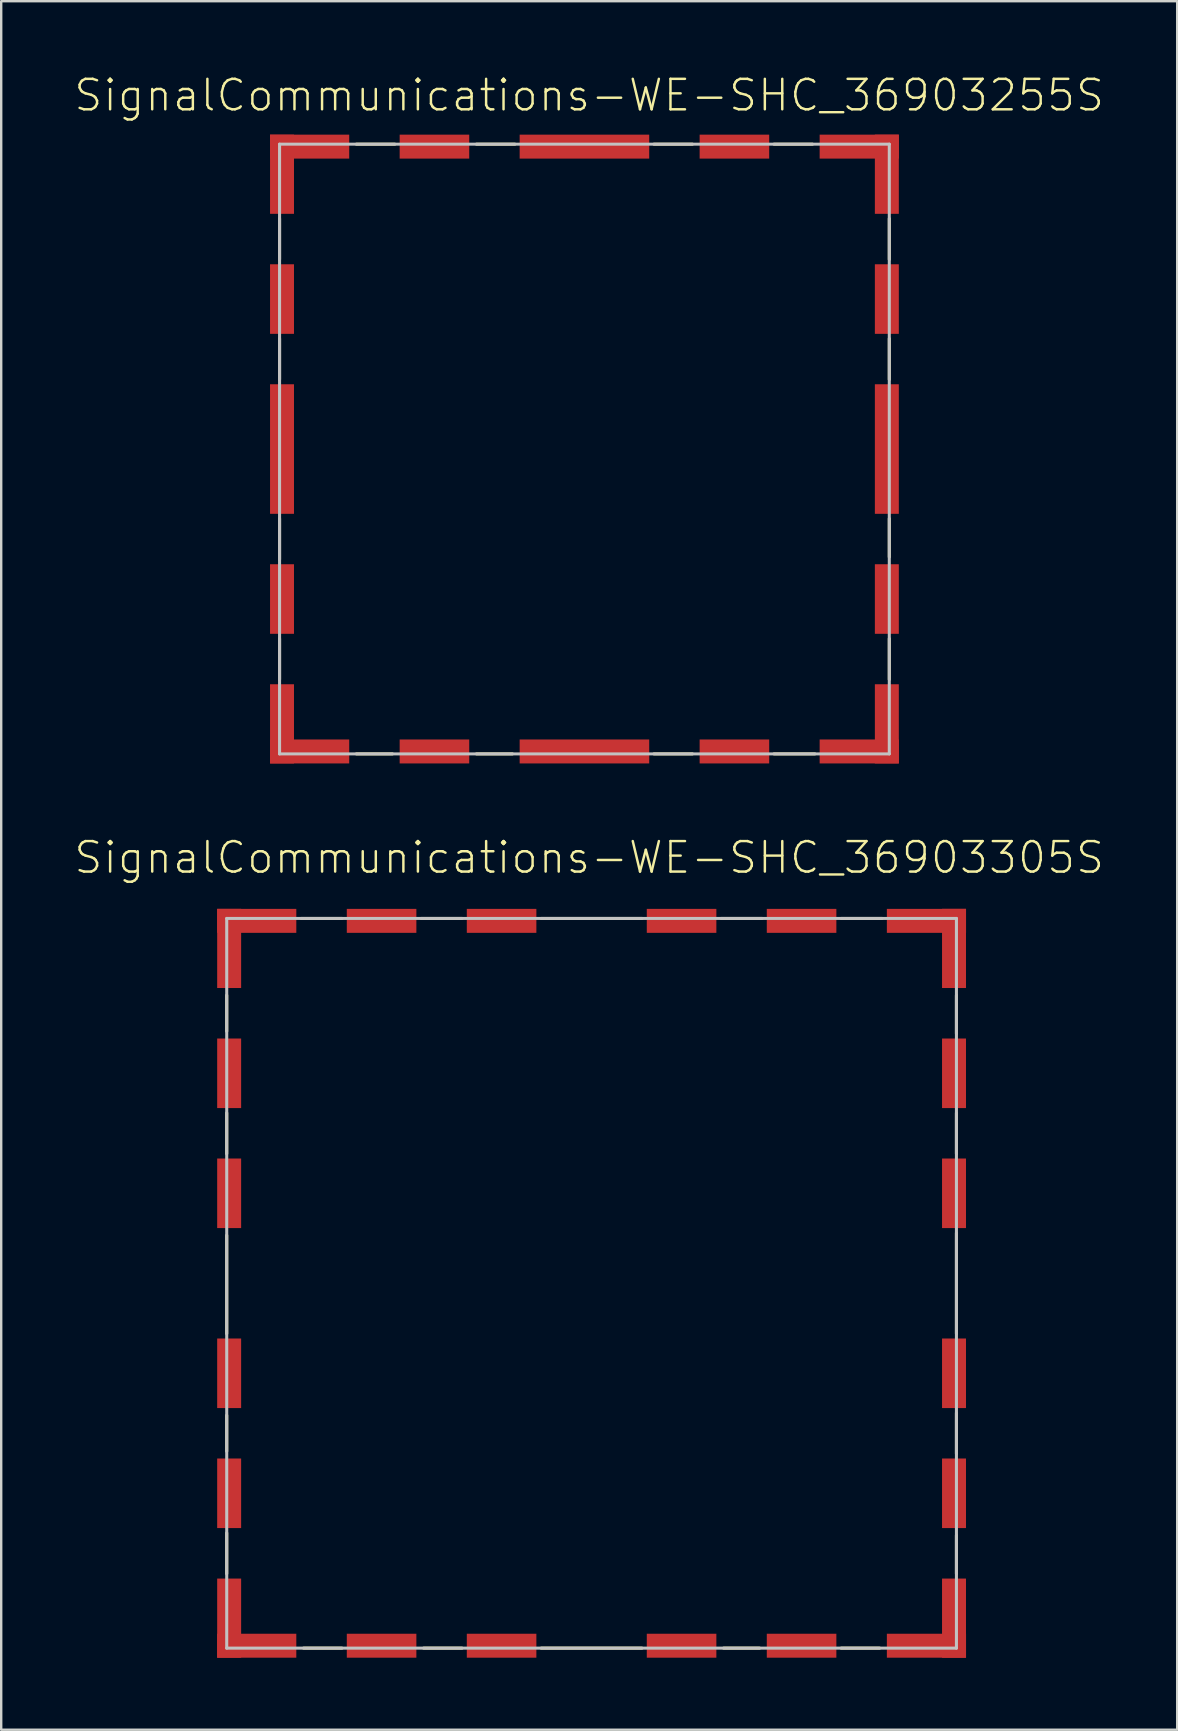
<source format=kicad_pcb>
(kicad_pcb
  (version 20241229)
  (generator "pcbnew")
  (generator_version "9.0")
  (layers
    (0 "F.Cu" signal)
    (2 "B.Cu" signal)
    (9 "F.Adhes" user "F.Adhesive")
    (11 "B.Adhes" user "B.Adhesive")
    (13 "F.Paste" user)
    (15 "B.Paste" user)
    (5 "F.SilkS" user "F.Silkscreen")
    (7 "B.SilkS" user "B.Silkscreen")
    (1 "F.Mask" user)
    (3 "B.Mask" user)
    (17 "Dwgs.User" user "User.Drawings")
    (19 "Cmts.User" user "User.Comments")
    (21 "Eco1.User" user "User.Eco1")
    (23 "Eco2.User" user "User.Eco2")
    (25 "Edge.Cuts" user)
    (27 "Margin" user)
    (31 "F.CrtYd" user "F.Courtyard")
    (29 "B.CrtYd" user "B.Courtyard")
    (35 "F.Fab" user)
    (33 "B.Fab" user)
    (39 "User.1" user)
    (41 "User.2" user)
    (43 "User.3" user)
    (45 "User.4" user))
  (footprint "SignalCommunications-WE-SHC_36903305S"
    (layer "F.Cu")
    (at 21.594 50.409)
    (property "Reference" "SignalCommunications-WE-SHC_36903305S" (at -0.099 -17.734 0) (layer "F.SilkS") (effects (font (size 1.27 1.27) (thickness 0.102))))
    (attr smd)
    (fp_line (start -15.199 -11.999) (end -15.199 -10.498) (stroke (width 0.127) (type solid)) (layer "F.SilkS"))
    (fp_line (start -15.199 -7.099) (end -15.199 -5.397) (stroke (width 0.127) (type solid)) (layer "F.SilkS"))
    (fp_line (start -15.199 -1.999) (end -15.199 2.098) (stroke (width 0.127) (type solid)) (layer "F.SilkS"))
    (fp_line (start -15.199 5.499) (end -15.199 6.998) (stroke (width 0.127) (type solid)) (layer "F.SilkS"))
    (fp_line (start -15.199 10.399) (end -15.199 12.098) (stroke (width 0.127) (type solid)) (layer "F.SilkS"))
    (fp_line (start -12.098 -15.199) (end -10.399 -15.199) (stroke (width 0.127) (type solid)) (layer "F.SilkS"))
    (fp_line (start -11.999 15.199) (end -10.399 15.199) (stroke (width 0.127) (type solid)) (layer "F.SilkS"))
    (fp_line (start -7.099 -15.199) (end -5.397 -15.199) (stroke (width 0.127) (type solid)) (layer "F.SilkS"))
    (fp_line (start -6.998 15.199) (end -5.397 15.199) (stroke (width 0.127) (type solid)) (layer "F.SilkS"))
    (fp_line (start -2.098 -15.199) (end 2.098 -15.199) (stroke (width 0.127) (type solid)) (layer "F.SilkS"))
    (fp_line (start -2.098 15.199) (end 2.098 15.199) (stroke (width 0.127) (type solid)) (layer "F.SilkS"))
    (fp_line (start 5.397 -15.199) (end 7.099 -15.199) (stroke (width 0.127) (type solid)) (layer "F.SilkS"))
    (fp_line (start 5.499 15.199) (end 6.998 15.199) (stroke (width 0.127) (type solid)) (layer "F.SilkS"))
    (fp_line (start 10.399 -15.199) (end 12.098 -15.199) (stroke (width 0.127) (type solid)) (layer "F.SilkS"))
    (fp_line (start 10.399 15.199) (end 11.999 15.199) (stroke (width 0.127) (type solid)) (layer "F.SilkS"))
    (fp_line (start 15.199 -10.399) (end 15.199 -11.999) (stroke (width 0.127) (type solid)) (layer "F.SilkS"))
    (fp_line (start 15.199 -5.397) (end 15.199 -7.099) (stroke (width 0.127) (type solid)) (layer "F.SilkS"))
    (fp_line (start 15.199 2.098) (end 15.199 -2.098) (stroke (width 0.127) (type solid)) (layer "F.SilkS"))
    (fp_line (start 15.199 7.099) (end 15.199 5.397) (stroke (width 0.127) (type solid)) (layer "F.SilkS"))
    (fp_line (start 15.199 12.098) (end 15.199 10.498) (stroke (width 0.127) (type solid)) (layer "F.SilkS"))
    (fp_line (start -15.199 -15.199) (end 15.199 -15.199) (stroke (width 0.127) (type solid)) (layer "Dwgs.User"))
    (fp_line (start -15.199 15.199) (end -15.199 -15.199) (stroke (width 0.127) (type solid)) (layer "Dwgs.User"))
    (fp_line (start 15.199 -15.199) (end 15.199 15.199) (stroke (width 0.127) (type solid)) (layer "Dwgs.User"))
    (fp_line (start 15.199 15.199) (end -15.199 15.199) (stroke (width 0.127) (type solid)) (layer "Dwgs.User"))
    (pad "1" smd rect (at -3.749 -15.098) (size 2.898 0.998) (layers "F.Cu" "F.Mask" "F.Paste"))
    (pad "2" smd rect (at -8.748 -15.098) (size 2.898 0.998) (layers "F.Cu" "F.Mask" "F.Paste"))
    (pad "3" smd rect (at -13.95 -15.098) (size 3.299 0.998) (layers "F.Cu" "F.Mask" "F.Paste"))
    (pad "4" smd rect (at -15.098 -13.95 90) (size 3.299 0.998) (layers "F.Cu" "F.Mask" "F.Paste"))
    (pad "5" smd rect (at -15.098 -8.748 90) (size 2.898 0.998) (layers "F.Cu" "F.Mask" "F.Paste"))
    (pad "6" smd rect (at -15.098 -3.749 90) (size 2.898 0.998) (layers "F.Cu" "F.Mask" "F.Paste"))
    (pad "7" smd rect (at -15.098 3.749 90) (size 2.898 0.998) (layers "F.Cu" "F.Mask" "F.Paste"))
    (pad "8" smd rect (at -15.098 8.748 90) (size 2.898 0.998) (layers "F.Cu" "F.Mask" "F.Paste"))
    (pad "9" smd rect (at -15.098 13.95 90) (size 3.299 0.998) (layers "F.Cu" "F.Mask" "F.Paste"))
    (pad "10" smd rect (at -13.95 15.098 180) (size 3.299 0.998) (layers "F.Cu" "F.Mask" "F.Paste"))
    (pad "11" smd rect (at -8.748 15.098 180) (size 2.898 0.998) (layers "F.Cu" "F.Mask" "F.Paste"))
    (pad "12" smd rect (at -3.749 15.098 180) (size 2.898 0.998) (layers "F.Cu" "F.Mask" "F.Paste"))
    (pad "13" smd rect (at 3.749 15.098 180) (size 2.898 0.998) (layers "F.Cu" "F.Mask" "F.Paste"))
    (pad "14" smd rect (at 8.748 15.098 180) (size 2.898 0.998) (layers "F.Cu" "F.Mask" "F.Paste"))
    (pad "15" smd rect (at 13.95 15.098 180) (size 3.299 0.998) (layers "F.Cu" "F.Mask" "F.Paste"))
    (pad "16" smd rect (at 15.098 13.95 270) (size 3.299 0.998) (layers "F.Cu" "F.Mask" "F.Paste"))
    (pad "17" smd rect (at 15.098 8.748 270) (size 2.898 0.998) (layers "F.Cu" "F.Mask" "F.Paste"))
    (pad "18" smd rect (at 15.098 3.749 270) (size 2.898 0.998) (layers "F.Cu" "F.Mask" "F.Paste"))
    (pad "19" smd rect (at 15.098 -3.749 270) (size 2.898 0.998) (layers "F.Cu" "F.Mask" "F.Paste"))
    (pad "20" smd rect (at 15.098 -8.748 90) (size 2.898 0.998) (layers "F.Cu" "F.Mask" "F.Paste"))
    (pad "21" smd rect (at 15.098 -13.95 90) (size 3.299 0.998) (layers "F.Cu" "F.Mask" "F.Paste"))
    (pad "22" smd rect (at 13.95 -15.098) (size 3.299 0.998) (layers "F.Cu" "F.Mask" "F.Paste"))
    (pad "23" smd rect (at 8.748 -15.098) (size 2.898 0.998) (layers "F.Cu" "F.Mask" "F.Paste"))
    (pad "24" smd rect (at 3.749 -15.098) (size 2.898 0.998) (layers "F.Cu" "F.Mask" "F.Paste")))
  (footprint "SignalCommunications-WE-SHC_36903255S"
    (layer "F.Cu")
    (at 21.296 15.656)
    (property "Reference" "SignalCommunications-WE-SHC_36903255S" (at 0.198 -14.735 0) (layer "F.SilkS") (effects (font (size 1.27 1.27) (thickness 0.102))))
    (attr smd)
    (fp_line (start -12.7 -7.899) (end -12.7 -9.599) (stroke (width 0.127) (type solid)) (layer "F.SilkS"))
    (fp_line (start -12.7 -2.898) (end -12.7 -4.6) (stroke (width 0.127) (type solid)) (layer "F.SilkS"))
    (fp_line (start -12.7 2.898) (end -12.7 4.6) (stroke (width 0.127) (type solid)) (layer "F.SilkS"))
    (fp_line (start -12.7 7.899) (end -12.7 9.599) (stroke (width 0.127) (type solid)) (layer "F.SilkS"))
    (fp_line (start -9.5 -12.7) (end -7.899 -12.7) (stroke (width 0.127) (type solid)) (layer "F.SilkS"))
    (fp_line (start -9.5 12.7) (end -7.998 12.7) (stroke (width 0.127) (type solid)) (layer "F.SilkS"))
    (fp_line (start -4.498 -12.7) (end -2.898 -12.7) (stroke (width 0.127) (type solid)) (layer "F.SilkS"))
    (fp_line (start -4.498 12.7) (end -3 12.7) (stroke (width 0.127) (type solid)) (layer "F.SilkS"))
    (fp_line (start 2.898 -12.7) (end 4.498 -12.7) (stroke (width 0.127) (type solid)) (layer "F.SilkS"))
    (fp_line (start 2.898 12.7) (end 4.498 12.7) (stroke (width 0.127) (type solid)) (layer "F.SilkS"))
    (fp_line (start 7.899 -12.7) (end 9.5 -12.7) (stroke (width 0.127) (type solid)) (layer "F.SilkS"))
    (fp_line (start 7.899 12.7) (end 9.599 12.7) (stroke (width 0.127) (type solid)) (layer "F.SilkS"))
    (fp_line (start 12.7 -9.599) (end 12.7 -7.899) (stroke (width 0.127) (type solid)) (layer "F.SilkS"))
    (fp_line (start 12.7 -4.6) (end 12.7 -2.898) (stroke (width 0.127) (type solid)) (layer "F.SilkS"))
    (fp_line (start 12.7 2.898) (end 12.7 4.498) (stroke (width 0.127) (type solid)) (layer "F.SilkS"))
    (fp_line (start 12.7 7.899) (end 12.7 9.599) (stroke (width 0.127) (type solid)) (layer "F.SilkS"))
    (fp_line (start -12.7 -12.7) (end 12.7 -12.7) (stroke (width 0.127) (type solid)) (layer "Dwgs.User"))
    (fp_line (start -12.7 12.7) (end -12.7 -12.7) (stroke (width 0.127) (type solid)) (layer "Dwgs.User"))
    (fp_line (start 12.7 -12.7) (end 12.7 12.7) (stroke (width 0.127) (type solid)) (layer "Dwgs.User"))
    (fp_line (start 12.7 12.7) (end -12.7 12.7) (stroke (width 0.127) (type solid)) (layer "Dwgs.User"))
    (pad "1" smd rect (at -11.448 -12.598) (size 3.299 0.998) (layers "F.Cu" "F.Mask" "F.Paste"))
    (pad "2" smd rect (at -6.248 -12.598) (size 2.898 0.998) (layers "F.Cu" "F.Mask" "F.Paste"))
    (pad "3" smd rect (at 0 -12.598) (size 5.397 0.998) (layers "F.Cu" "F.Mask" "F.Paste"))
    (pad "4" smd rect (at 6.248 -12.598) (size 2.898 0.998) (layers "F.Cu" "F.Mask" "F.Paste"))
    (pad "5" smd rect (at 11.448 -12.598) (size 3.299 0.998) (layers "F.Cu" "F.Mask" "F.Paste"))
    (pad "6" smd rect (at 12.598 -11.448 90) (size 3.299 0.998) (layers "F.Cu" "F.Mask" "F.Paste"))
    (pad "7" smd rect (at 12.598 -6.248 90) (size 2.898 0.998) (layers "F.Cu" "F.Mask" "F.Paste"))
    (pad "8" smd rect (at 12.598 0 90) (size 5.397 0.998) (layers "F.Cu" "F.Mask" "F.Paste"))
    (pad "9" smd rect (at 12.598 6.248 90) (size 2.898 0.998) (layers "F.Cu" "F.Mask" "F.Paste"))
    (pad "10" smd rect (at 12.598 11.448 90) (size 3.299 0.998) (layers "F.Cu" "F.Mask" "F.Paste"))
    (pad "11" smd rect (at 11.448 12.598 180) (size 3.299 0.998) (layers "F.Cu" "F.Mask" "F.Paste"))
    (pad "12" smd rect (at 6.248 12.598 180) (size 2.898 0.998) (layers "F.Cu" "F.Mask" "F.Paste"))
    (pad "13" smd rect (at 0 12.598 180) (size 5.397 0.998) (layers "F.Cu" "F.Mask" "F.Paste"))
    (pad "14" smd rect (at -6.248 12.598 180) (size 2.898 0.998) (layers "F.Cu" "F.Mask" "F.Paste"))
    (pad "15" smd rect (at -11.448 12.598 180) (size 3.299 0.998) (layers "F.Cu" "F.Mask" "F.Paste"))
    (pad "16" smd rect (at -12.598 11.448 90) (size 3.299 0.998) (layers "F.Cu" "F.Mask" "F.Paste"))
    (pad "17" smd rect (at -12.598 6.248 90) (size 2.898 0.998) (layers "F.Cu" "F.Mask" "F.Paste"))
    (pad "18" smd rect (at -12.598 0 90) (size 5.397 0.998) (layers "F.Cu" "F.Mask" "F.Paste"))
    (pad "19" smd rect (at -12.598 -6.248 90) (size 2.898 0.998) (layers "F.Cu" "F.Mask" "F.Paste"))
    (pad "20" smd rect (at -12.598 -11.448 90) (size 3.299 0.998) (layers "F.Cu" "F.Mask" "F.Paste")))
  (gr_rect
    (start -3 -3)
    (end 45.989 69.008)
    (stroke (width 0.1) (type default))
    (fill no)
    (layer "Edge.Cuts")))
</source>
